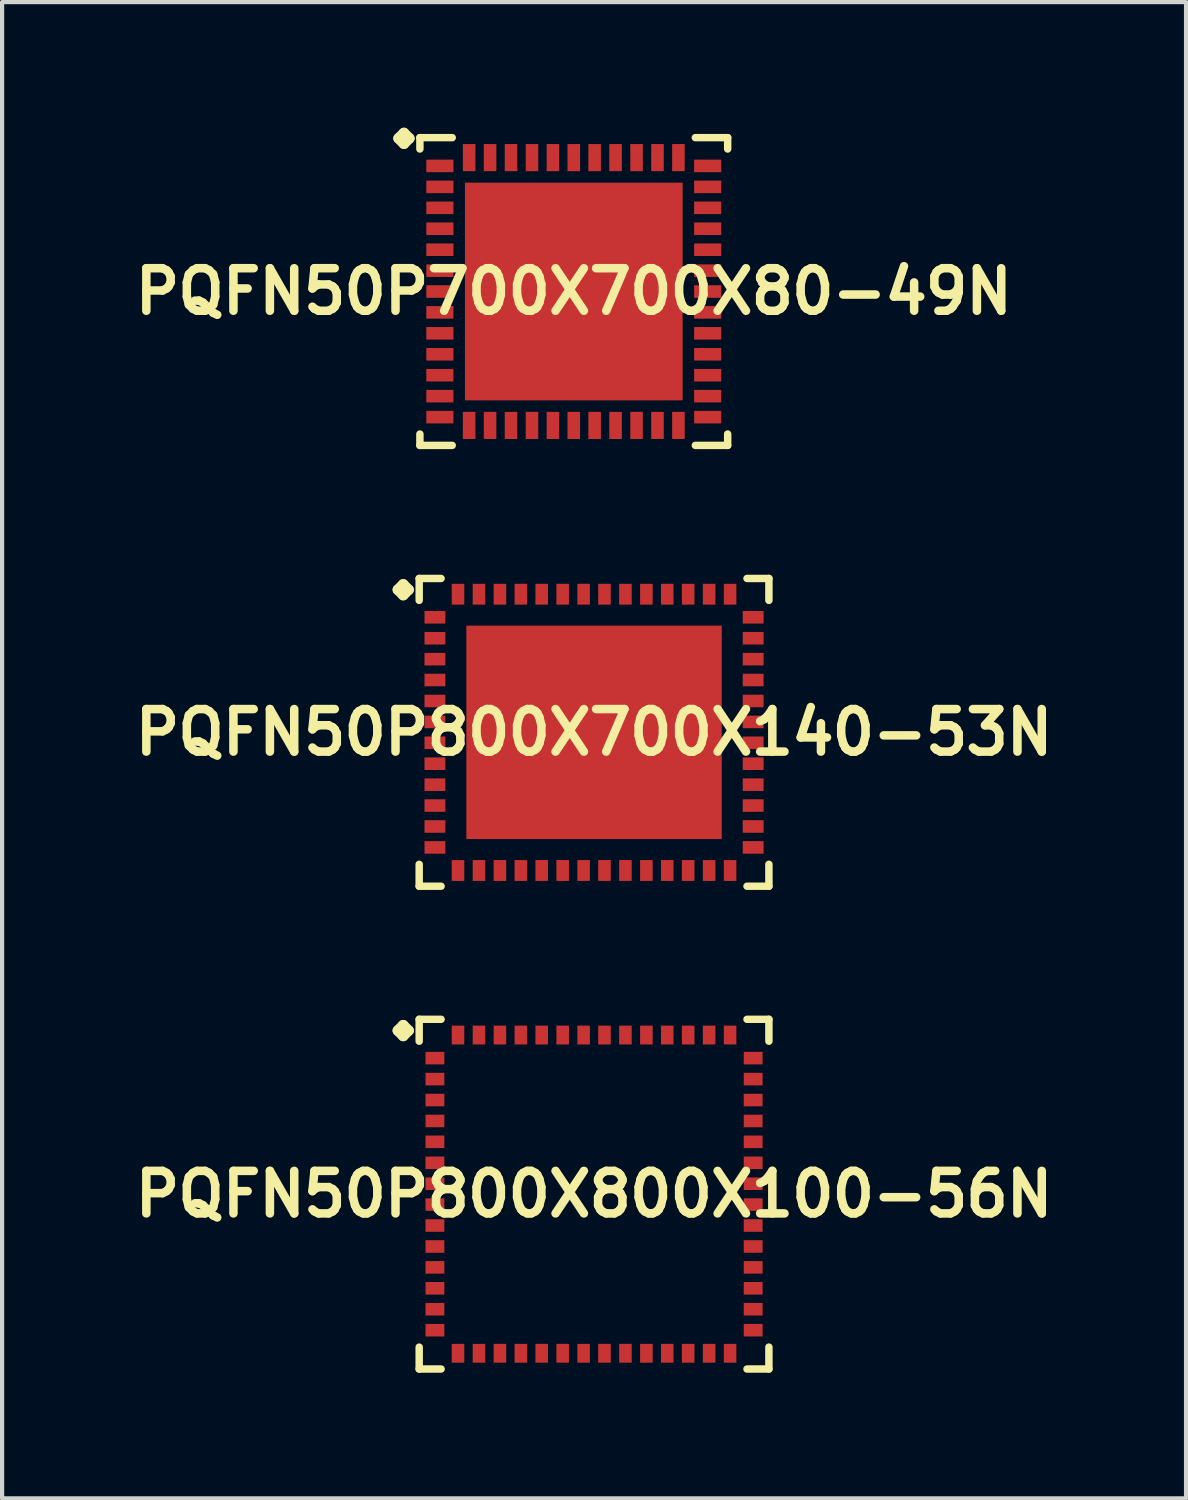
<source format=kicad_pcb>
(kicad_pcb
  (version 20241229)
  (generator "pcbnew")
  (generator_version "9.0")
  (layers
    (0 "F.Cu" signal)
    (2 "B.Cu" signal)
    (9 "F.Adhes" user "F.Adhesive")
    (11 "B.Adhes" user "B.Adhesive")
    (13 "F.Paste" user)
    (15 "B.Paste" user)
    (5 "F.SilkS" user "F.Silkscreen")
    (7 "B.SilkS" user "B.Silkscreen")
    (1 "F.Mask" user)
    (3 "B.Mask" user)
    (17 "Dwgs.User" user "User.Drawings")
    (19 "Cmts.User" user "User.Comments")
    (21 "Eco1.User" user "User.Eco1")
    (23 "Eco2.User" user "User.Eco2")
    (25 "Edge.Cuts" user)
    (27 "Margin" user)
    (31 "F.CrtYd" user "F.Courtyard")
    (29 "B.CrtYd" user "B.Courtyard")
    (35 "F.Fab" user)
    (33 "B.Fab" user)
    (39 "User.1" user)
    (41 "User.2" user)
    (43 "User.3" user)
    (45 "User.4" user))
  (footprint "PQFN50P800X700X140-53N"
    (layer "F.Cu")
    (at 11.137 14.44)
    (property "Reference" "PQFN50P800X700X140-53N" (at 0 0 0) (layer "F.SilkS") (effects (font (size 1.016 1.016) (thickness 0.203))))
    (attr smd)
    (fp_line (start -4.684 -3.406) (end -4.557 -3.533) (stroke (width 0.254) (type solid)) (layer "F.SilkS"))
    (fp_line (start -4.557 -3.533) (end -4.43 -3.406) (stroke (width 0.254) (type solid)) (layer "F.SilkS"))
    (fp_line (start -4.557 -3.279) (end -4.684 -3.406) (stroke (width 0.254) (type solid)) (layer "F.SilkS"))
    (fp_line (start -4.43 -3.406) (end -4.557 -3.279) (stroke (width 0.254) (type solid)) (layer "F.SilkS"))
    (fp_line (start -4.176 -3.675) (end -3.653 -3.675) (stroke (width 0.178) (type solid)) (layer "F.SilkS"))
    (fp_line (start -4.176 -3.152) (end -4.176 -3.675) (stroke (width 0.178) (type solid)) (layer "F.SilkS"))
    (fp_line (start -4.176 3.152) (end -4.176 3.675) (stroke (width 0.178) (type solid)) (layer "F.SilkS"))
    (fp_line (start -4.176 3.675) (end -3.653 3.675) (stroke (width 0.178) (type solid)) (layer "F.SilkS"))
    (fp_line (start 3.653 -3.675) (end 4.176 -3.675) (stroke (width 0.178) (type solid)) (layer "F.SilkS"))
    (fp_line (start 3.653 3.675) (end 4.176 3.675) (stroke (width 0.178) (type solid)) (layer "F.SilkS"))
    (fp_line (start 4.176 -3.675) (end 4.176 -3.152) (stroke (width 0.178) (type solid)) (layer "F.SilkS"))
    (fp_line (start 4.176 3.675) (end 4.176 3.152) (stroke (width 0.178) (type solid)) (layer "F.SilkS"))
    (pad "1" smd rect (at -3.8 -2.748) (size 0.498 0.3) (layers "F.Cu" "F.Mask" "F.Paste"))
    (pad "2" smd rect (at -3.8 -2.248) (size 0.498 0.3) (layers "F.Cu" "F.Mask" "F.Paste"))
    (pad "3" smd rect (at -3.8 -1.748) (size 0.498 0.3) (layers "F.Cu" "F.Mask" "F.Paste"))
    (pad "4" smd rect (at -3.8 -1.25) (size 0.498 0.3) (layers "F.Cu" "F.Mask" "F.Paste"))
    (pad "5" smd rect (at -3.8 -0.749) (size 0.498 0.3) (layers "F.Cu" "F.Mask" "F.Paste"))
    (pad "6" smd rect (at -3.8 -0.249) (size 0.498 0.3) (layers "F.Cu" "F.Mask" "F.Paste"))
    (pad "7" smd rect (at -3.8 0.249) (size 0.498 0.3) (layers "F.Cu" "F.Mask" "F.Paste"))
    (pad "8" smd rect (at -3.8 0.749) (size 0.498 0.3) (layers "F.Cu" "F.Mask" "F.Paste"))
    (pad "9" smd rect (at -3.8 1.25) (size 0.498 0.3) (layers "F.Cu" "F.Mask" "F.Paste"))
    (pad "10" smd rect (at -3.8 1.748) (size 0.498 0.3) (layers "F.Cu" "F.Mask" "F.Paste"))
    (pad "11" smd rect (at -3.8 2.248) (size 0.498 0.3) (layers "F.Cu" "F.Mask" "F.Paste"))
    (pad "12" smd rect (at -3.8 2.748) (size 0.498 0.3) (layers "F.Cu" "F.Mask" "F.Paste"))
    (pad "13" smd rect (at -3.249 3.299) (size 0.3 0.498) (layers "F.Cu" "F.Mask" "F.Paste"))
    (pad "14" smd rect (at -2.748 3.299) (size 0.3 0.498) (layers "F.Cu" "F.Mask" "F.Paste"))
    (pad "15" smd rect (at -2.248 3.299) (size 0.3 0.498) (layers "F.Cu" "F.Mask" "F.Paste"))
    (pad "16" smd rect (at -1.748 3.299) (size 0.3 0.498) (layers "F.Cu" "F.Mask" "F.Paste"))
    (pad "17" smd rect (at -1.25 3.299) (size 0.3 0.498) (layers "F.Cu" "F.Mask" "F.Paste"))
    (pad "18" smd rect (at -0.749 3.299) (size 0.3 0.498) (layers "F.Cu" "F.Mask" "F.Paste"))
    (pad "19" smd rect (at -0.249 3.299) (size 0.3 0.498) (layers "F.Cu" "F.Mask" "F.Paste"))
    (pad "20" smd rect (at 0.249 3.299) (size 0.3 0.498) (layers "F.Cu" "F.Mask" "F.Paste"))
    (pad "21" smd rect (at 0.749 3.299) (size 0.3 0.498) (layers "F.Cu" "F.Mask" "F.Paste"))
    (pad "22" smd rect (at 1.25 3.299) (size 0.3 0.498) (layers "F.Cu" "F.Mask" "F.Paste"))
    (pad "23" smd rect (at 1.748 3.299) (size 0.3 0.498) (layers "F.Cu" "F.Mask" "F.Paste"))
    (pad "24" smd rect (at 2.248 3.299) (size 0.3 0.498) (layers "F.Cu" "F.Mask" "F.Paste"))
    (pad "25" smd rect (at 2.748 3.299) (size 0.3 0.498) (layers "F.Cu" "F.Mask" "F.Paste"))
    (pad "26" smd rect (at 3.249 3.299) (size 0.3 0.498) (layers "F.Cu" "F.Mask" "F.Paste"))
    (pad "27" smd rect (at 3.8 2.748) (size 0.498 0.3) (layers "F.Cu" "F.Mask" "F.Paste"))
    (pad "28" smd rect (at 3.8 2.248) (size 0.498 0.3) (layers "F.Cu" "F.Mask" "F.Paste"))
    (pad "29" smd rect (at 3.8 1.748) (size 0.498 0.3) (layers "F.Cu" "F.Mask" "F.Paste"))
    (pad "30" smd rect (at 3.8 1.25) (size 0.498 0.3) (layers "F.Cu" "F.Mask" "F.Paste"))
    (pad "31" smd rect (at 3.8 0.749) (size 0.498 0.3) (layers "F.Cu" "F.Mask" "F.Paste"))
    (pad "32" smd rect (at 3.8 0.249) (size 0.498 0.3) (layers "F.Cu" "F.Mask" "F.Paste"))
    (pad "33" smd rect (at 3.8 -0.249) (size 0.498 0.3) (layers "F.Cu" "F.Mask" "F.Paste"))
    (pad "34" smd rect (at 3.8 -0.749) (size 0.498 0.3) (layers "F.Cu" "F.Mask" "F.Paste"))
    (pad "35" smd rect (at 3.8 -1.25) (size 0.498 0.3) (layers "F.Cu" "F.Mask" "F.Paste"))
    (pad "36" smd rect (at 3.8 -1.748) (size 0.498 0.3) (layers "F.Cu" "F.Mask" "F.Paste"))
    (pad "37" smd rect (at 3.8 -2.248) (size 0.498 0.3) (layers "F.Cu" "F.Mask" "F.Paste"))
    (pad "38" smd rect (at 3.8 -2.748) (size 0.498 0.3) (layers "F.Cu" "F.Mask" "F.Paste"))
    (pad "39" smd rect (at 3.249 -3.299) (size 0.3 0.498) (layers "F.Cu" "F.Mask" "F.Paste"))
    (pad "40" smd rect (at 2.748 -3.299) (size 0.3 0.498) (layers "F.Cu" "F.Mask" "F.Paste"))
    (pad "41" smd rect (at 2.248 -3.299) (size 0.3 0.498) (layers "F.Cu" "F.Mask" "F.Paste"))
    (pad "42" smd rect (at 1.748 -3.299) (size 0.3 0.498) (layers "F.Cu" "F.Mask" "F.Paste"))
    (pad "43" smd rect (at 1.25 -3.299) (size 0.3 0.498) (layers "F.Cu" "F.Mask" "F.Paste"))
    (pad "44" smd rect (at 0.749 -3.299) (size 0.3 0.498) (layers "F.Cu" "F.Mask" "F.Paste"))
    (pad "45" smd rect (at 0.249 -3.299) (size 0.3 0.498) (layers "F.Cu" "F.Mask" "F.Paste"))
    (pad "46" smd rect (at -0.249 -3.299) (size 0.3 0.498) (layers "F.Cu" "F.Mask" "F.Paste"))
    (pad "47" smd rect (at -0.749 -3.299) (size 0.3 0.498) (layers "F.Cu" "F.Mask" "F.Paste"))
    (pad "48" smd rect (at -1.25 -3.299) (size 0.3 0.498) (layers "F.Cu" "F.Mask" "F.Paste"))
    (pad "49" smd rect (at -1.748 -3.299) (size 0.3 0.498) (layers "F.Cu" "F.Mask" "F.Paste"))
    (pad "50" smd rect (at -2.248 -3.299) (size 0.3 0.498) (layers "F.Cu" "F.Mask" "F.Paste"))
    (pad "51" smd rect (at -2.748 -3.299) (size 0.3 0.498) (layers "F.Cu" "F.Mask" "F.Paste"))
    (pad "52" smd rect (at -3.249 -3.299) (size 0.3 0.498) (layers "F.Cu" "F.Mask" "F.Paste"))
    (pad "53" smd rect (at 0 0) (size 6.099 5.098) (layers "F.Cu" "F.Mask" "F.Paste")))
  (footprint "PQFN50P700X700X80-49N"
    (layer "F.Cu")
    (at 10.653 3.912)
    (property "Reference" "PQFN50P700X700X80-49N" (at 0 0 0) (layer "F.SilkS") (effects (font (size 1.016 1.016) (thickness 0.203))))
    (attr smd)
    (fp_line (start -4.183 -3.658) (end -4.056 -3.785) (stroke (width 0.254) (type solid)) (layer "F.SilkS"))
    (fp_line (start -4.056 -3.785) (end -3.929 -3.658) (stroke (width 0.254) (type solid)) (layer "F.SilkS"))
    (fp_line (start -4.056 -3.531) (end -4.183 -3.658) (stroke (width 0.254) (type solid)) (layer "F.SilkS"))
    (fp_line (start -3.929 -3.658) (end -4.056 -3.531) (stroke (width 0.254) (type solid)) (layer "F.SilkS"))
    (fp_line (start -3.675 -3.675) (end -2.903 -3.675) (stroke (width 0.178) (type solid)) (layer "F.SilkS"))
    (fp_line (start -3.675 -3.404) (end -3.675 -3.675) (stroke (width 0.178) (type solid)) (layer "F.SilkS"))
    (fp_line (start -3.675 3.404) (end -3.675 3.675) (stroke (width 0.178) (type solid)) (layer "F.SilkS"))
    (fp_line (start -3.675 3.675) (end -2.903 3.675) (stroke (width 0.178) (type solid)) (layer "F.SilkS"))
    (fp_line (start 2.903 -3.675) (end 3.675 -3.675) (stroke (width 0.178) (type solid)) (layer "F.SilkS"))
    (fp_line (start 2.903 3.675) (end 3.675 3.675) (stroke (width 0.178) (type solid)) (layer "F.SilkS"))
    (fp_line (start 3.675 -3.675) (end 3.675 -3.404) (stroke (width 0.178) (type solid)) (layer "F.SilkS"))
    (fp_line (start 3.675 3.675) (end 3.675 3.404) (stroke (width 0.178) (type solid)) (layer "F.SilkS"))
    (pad "1" smd rect (at -3.198 -3) (size 0.648 0.3) (layers "F.Cu" "F.Mask" "F.Paste"))
    (pad "2" smd rect (at -3.198 -2.499) (size 0.648 0.3) (layers "F.Cu" "F.Mask" "F.Paste"))
    (pad "3" smd rect (at -3.198 -1.999) (size 0.648 0.3) (layers "F.Cu" "F.Mask" "F.Paste"))
    (pad "4" smd rect (at -3.198 -1.499) (size 0.648 0.3) (layers "F.Cu" "F.Mask" "F.Paste"))
    (pad "5" smd rect (at -3.198 -0.998) (size 0.648 0.3) (layers "F.Cu" "F.Mask" "F.Paste"))
    (pad "6" smd rect (at -3.198 -0.498) (size 0.648 0.3) (layers "F.Cu" "F.Mask" "F.Paste"))
    (pad "7" smd rect (at -3.198 0) (size 0.648 0.3) (layers "F.Cu" "F.Mask" "F.Paste"))
    (pad "8" smd rect (at -3.198 0.498) (size 0.648 0.3) (layers "F.Cu" "F.Mask" "F.Paste"))
    (pad "9" smd rect (at -3.198 0.998) (size 0.648 0.3) (layers "F.Cu" "F.Mask" "F.Paste"))
    (pad "10" smd rect (at -3.198 1.499) (size 0.648 0.3) (layers "F.Cu" "F.Mask" "F.Paste"))
    (pad "11" smd rect (at -3.198 1.999) (size 0.648 0.3) (layers "F.Cu" "F.Mask" "F.Paste"))
    (pad "12" smd rect (at -3.198 2.499) (size 0.648 0.3) (layers "F.Cu" "F.Mask" "F.Paste"))
    (pad "13" smd rect (at -3.198 3) (size 0.648 0.3) (layers "F.Cu" "F.Mask" "F.Paste"))
    (pad "14" smd rect (at -2.499 3.198) (size 0.3 0.648) (layers "F.Cu" "F.Mask" "F.Paste"))
    (pad "15" smd rect (at -1.999 3.198) (size 0.3 0.648) (layers "F.Cu" "F.Mask" "F.Paste"))
    (pad "16" smd rect (at -1.499 3.198) (size 0.3 0.648) (layers "F.Cu" "F.Mask" "F.Paste"))
    (pad "17" smd rect (at -0.998 3.198) (size 0.3 0.648) (layers "F.Cu" "F.Mask" "F.Paste"))
    (pad "18" smd rect (at -0.498 3.198) (size 0.3 0.648) (layers "F.Cu" "F.Mask" "F.Paste"))
    (pad "19" smd rect (at 0 3.198) (size 0.3 0.648) (layers "F.Cu" "F.Mask" "F.Paste"))
    (pad "20" smd rect (at 0.498 3.198) (size 0.3 0.648) (layers "F.Cu" "F.Mask" "F.Paste"))
    (pad "21" smd rect (at 0.998 3.198) (size 0.3 0.648) (layers "F.Cu" "F.Mask" "F.Paste"))
    (pad "22" smd rect (at 1.499 3.198) (size 0.3 0.648) (layers "F.Cu" "F.Mask" "F.Paste"))
    (pad "23" smd rect (at 1.999 3.198) (size 0.3 0.648) (layers "F.Cu" "F.Mask" "F.Paste"))
    (pad "24" smd rect (at 2.499 3.198) (size 0.3 0.648) (layers "F.Cu" "F.Mask" "F.Paste"))
    (pad "25" smd rect (at 3.198 3) (size 0.648 0.3) (layers "F.Cu" "F.Mask" "F.Paste"))
    (pad "26" smd rect (at 3.198 2.499) (size 0.648 0.3) (layers "F.Cu" "F.Mask" "F.Paste"))
    (pad "27" smd rect (at 3.198 1.999) (size 0.648 0.3) (layers "F.Cu" "F.Mask" "F.Paste"))
    (pad "28" smd rect (at 3.198 1.499) (size 0.648 0.3) (layers "F.Cu" "F.Mask" "F.Paste"))
    (pad "29" smd rect (at 3.198 0.998) (size 0.648 0.3) (layers "F.Cu" "F.Mask" "F.Paste"))
    (pad "30" smd rect (at 3.198 0.498) (size 0.648 0.3) (layers "F.Cu" "F.Mask" "F.Paste"))
    (pad "31" smd rect (at 3.198 0) (size 0.648 0.3) (layers "F.Cu" "F.Mask" "F.Paste"))
    (pad "32" smd rect (at 3.198 -0.498) (size 0.648 0.3) (layers "F.Cu" "F.Mask" "F.Paste"))
    (pad "33" smd rect (at 3.198 -0.998) (size 0.648 0.3) (layers "F.Cu" "F.Mask" "F.Paste"))
    (pad "34" smd rect (at 3.198 -1.499) (size 0.648 0.3) (layers "F.Cu" "F.Mask" "F.Paste"))
    (pad "35" smd rect (at 3.198 -1.999) (size 0.648 0.3) (layers "F.Cu" "F.Mask" "F.Paste"))
    (pad "36" smd rect (at 3.198 -2.499) (size 0.648 0.3) (layers "F.Cu" "F.Mask" "F.Paste"))
    (pad "37" smd rect (at 3.198 -3) (size 0.648 0.3) (layers "F.Cu" "F.Mask" "F.Paste"))
    (pad "38" smd rect (at 2.499 -3.198) (size 0.3 0.648) (layers "F.Cu" "F.Mask" "F.Paste"))
    (pad "39" smd rect (at 1.999 -3.198) (size 0.3 0.648) (layers "F.Cu" "F.Mask" "F.Paste"))
    (pad "40" smd rect (at 1.499 -3.198) (size 0.3 0.648) (layers "F.Cu" "F.Mask" "F.Paste"))
    (pad "41" smd rect (at 0.998 -3.198) (size 0.3 0.648) (layers "F.Cu" "F.Mask" "F.Paste"))
    (pad "42" smd rect (at 0.498 -3.198) (size 0.3 0.648) (layers "F.Cu" "F.Mask" "F.Paste"))
    (pad "43" smd rect (at 0 -3.198) (size 0.3 0.648) (layers "F.Cu" "F.Mask" "F.Paste"))
    (pad "44" smd rect (at -0.498 -3.198) (size 0.3 0.648) (layers "F.Cu" "F.Mask" "F.Paste"))
    (pad "45" smd rect (at -0.998 -3.198) (size 0.3 0.648) (layers "F.Cu" "F.Mask" "F.Paste"))
    (pad "46" smd rect (at -1.499 -3.198) (size 0.3 0.648) (layers "F.Cu" "F.Mask" "F.Paste"))
    (pad "47" smd rect (at -1.999 -3.198) (size 0.3 0.648) (layers "F.Cu" "F.Mask" "F.Paste"))
    (pad "48" smd rect (at -2.499 -3.198) (size 0.3 0.648) (layers "F.Cu" "F.Mask" "F.Paste"))
    (pad "49" smd rect (at 0 0) (size 5.199 5.199) (layers "F.Cu" "F.Mask" "F.Paste")))
  (footprint "PQFN50P800X800X100-56N"
    (layer "F.Cu")
    (at 11.137 25.469)
    (property "Reference" "PQFN50P800X800X100-56N" (at 0 0 0) (layer "F.SilkS") (effects (font (size 1.016 1.016) (thickness 0.203))))
    (attr smd)
    (fp_line (start -4.684 -3.907) (end -4.557 -4.034) (stroke (width 0.254) (type solid)) (layer "F.SilkS"))
    (fp_line (start -4.557 -4.034) (end -4.43 -3.907) (stroke (width 0.254) (type solid)) (layer "F.SilkS"))
    (fp_line (start -4.557 -3.78) (end -4.684 -3.907) (stroke (width 0.254) (type solid)) (layer "F.SilkS"))
    (fp_line (start -4.43 -3.907) (end -4.557 -3.78) (stroke (width 0.254) (type solid)) (layer "F.SilkS"))
    (fp_line (start -4.176 -4.176) (end -3.653 -4.176) (stroke (width 0.178) (type solid)) (layer "F.SilkS"))
    (fp_line (start -4.176 -3.653) (end -4.176 -4.176) (stroke (width 0.178) (type solid)) (layer "F.SilkS"))
    (fp_line (start -4.176 3.653) (end -4.176 4.176) (stroke (width 0.178) (type solid)) (layer "F.SilkS"))
    (fp_line (start -4.176 4.176) (end -3.653 4.176) (stroke (width 0.178) (type solid)) (layer "F.SilkS"))
    (fp_line (start 3.653 -4.176) (end 4.176 -4.176) (stroke (width 0.178) (type solid)) (layer "F.SilkS"))
    (fp_line (start 3.653 4.176) (end 4.176 4.176) (stroke (width 0.178) (type solid)) (layer "F.SilkS"))
    (fp_line (start 4.176 -4.176) (end 4.176 -3.653) (stroke (width 0.178) (type solid)) (layer "F.SilkS"))
    (fp_line (start 4.176 4.176) (end 4.176 3.653) (stroke (width 0.178) (type solid)) (layer "F.SilkS"))
    (pad "1" smd rect (at -3.8 -3.249) (size 0.45 0.3) (layers "F.Cu" "F.Mask" "F.Paste"))
    (pad "2" smd rect (at -3.8 -2.748) (size 0.45 0.3) (layers "F.Cu" "F.Mask" "F.Paste"))
    (pad "3" smd rect (at -3.8 -2.248) (size 0.45 0.3) (layers "F.Cu" "F.Mask" "F.Paste"))
    (pad "4" smd rect (at -3.8 -1.748) (size 0.45 0.3) (layers "F.Cu" "F.Mask" "F.Paste"))
    (pad "5" smd rect (at -3.8 -1.25) (size 0.45 0.3) (layers "F.Cu" "F.Mask" "F.Paste"))
    (pad "6" smd rect (at -3.8 -0.749) (size 0.45 0.3) (layers "F.Cu" "F.Mask" "F.Paste"))
    (pad "7" smd rect (at -3.8 -0.249) (size 0.45 0.3) (layers "F.Cu" "F.Mask" "F.Paste"))
    (pad "8" smd rect (at -3.8 0.249) (size 0.45 0.3) (layers "F.Cu" "F.Mask" "F.Paste"))
    (pad "9" smd rect (at -3.8 0.749) (size 0.45 0.3) (layers "F.Cu" "F.Mask" "F.Paste"))
    (pad "10" smd rect (at -3.8 1.25) (size 0.45 0.3) (layers "F.Cu" "F.Mask" "F.Paste"))
    (pad "11" smd rect (at -3.8 1.748) (size 0.45 0.3) (layers "F.Cu" "F.Mask" "F.Paste"))
    (pad "12" smd rect (at -3.8 2.248) (size 0.45 0.3) (layers "F.Cu" "F.Mask" "F.Paste"))
    (pad "13" smd rect (at -3.8 2.748) (size 0.45 0.3) (layers "F.Cu" "F.Mask" "F.Paste"))
    (pad "14" smd rect (at -3.8 3.249) (size 0.45 0.3) (layers "F.Cu" "F.Mask" "F.Paste"))
    (pad "15" smd rect (at -3.249 3.8) (size 0.3 0.45) (layers "F.Cu" "F.Mask" "F.Paste"))
    (pad "16" smd rect (at -2.748 3.8) (size 0.3 0.45) (layers "F.Cu" "F.Mask" "F.Paste"))
    (pad "17" smd rect (at -2.248 3.8) (size 0.3 0.45) (layers "F.Cu" "F.Mask" "F.Paste"))
    (pad "18" smd rect (at -1.748 3.8) (size 0.3 0.45) (layers "F.Cu" "F.Mask" "F.Paste"))
    (pad "19" smd rect (at -1.25 3.8) (size 0.3 0.45) (layers "F.Cu" "F.Mask" "F.Paste"))
    (pad "20" smd rect (at -0.749 3.8) (size 0.3 0.45) (layers "F.Cu" "F.Mask" "F.Paste"))
    (pad "21" smd rect (at -0.249 3.8) (size 0.3 0.45) (layers "F.Cu" "F.Mask" "F.Paste"))
    (pad "22" smd rect (at 0.249 3.8) (size 0.3 0.45) (layers "F.Cu" "F.Mask" "F.Paste"))
    (pad "23" smd rect (at 0.749 3.8) (size 0.3 0.45) (layers "F.Cu" "F.Mask" "F.Paste"))
    (pad "24" smd rect (at 1.25 3.8) (size 0.3 0.45) (layers "F.Cu" "F.Mask" "F.Paste"))
    (pad "25" smd rect (at 1.748 3.8) (size 0.3 0.45) (layers "F.Cu" "F.Mask" "F.Paste"))
    (pad "26" smd rect (at 2.248 3.8) (size 0.3 0.45) (layers "F.Cu" "F.Mask" "F.Paste"))
    (pad "27" smd rect (at 2.748 3.8) (size 0.3 0.45) (layers "F.Cu" "F.Mask" "F.Paste"))
    (pad "28" smd rect (at 3.249 3.8) (size 0.3 0.45) (layers "F.Cu" "F.Mask" "F.Paste"))
    (pad "29" smd rect (at 3.8 3.249) (size 0.45 0.3) (layers "F.Cu" "F.Mask" "F.Paste"))
    (pad "30" smd rect (at 3.8 2.748) (size 0.45 0.3) (layers "F.Cu" "F.Mask" "F.Paste"))
    (pad "31" smd rect (at 3.8 2.248) (size 0.45 0.3) (layers "F.Cu" "F.Mask" "F.Paste"))
    (pad "32" smd rect (at 3.8 1.748) (size 0.45 0.3) (layers "F.Cu" "F.Mask" "F.Paste"))
    (pad "33" smd rect (at 3.8 1.25) (size 0.45 0.3) (layers "F.Cu" "F.Mask" "F.Paste"))
    (pad "34" smd rect (at 3.8 0.749) (size 0.45 0.3) (layers "F.Cu" "F.Mask" "F.Paste"))
    (pad "35" smd rect (at 3.8 0.249) (size 0.45 0.3) (layers "F.Cu" "F.Mask" "F.Paste"))
    (pad "36" smd rect (at 3.8 -0.249) (size 0.45 0.3) (layers "F.Cu" "F.Mask" "F.Paste"))
    (pad "37" smd rect (at 3.8 -0.749) (size 0.45 0.3) (layers "F.Cu" "F.Mask" "F.Paste"))
    (pad "38" smd rect (at 3.8 -1.25) (size 0.45 0.3) (layers "F.Cu" "F.Mask" "F.Paste"))
    (pad "39" smd rect (at 3.8 -1.748) (size 0.45 0.3) (layers "F.Cu" "F.Mask" "F.Paste"))
    (pad "40" smd rect (at 3.8 -2.248) (size 0.45 0.3) (layers "F.Cu" "F.Mask" "F.Paste"))
    (pad "41" smd rect (at 3.8 -2.748) (size 0.45 0.3) (layers "F.Cu" "F.Mask" "F.Paste"))
    (pad "42" smd rect (at 3.8 -3.249) (size 0.45 0.3) (layers "F.Cu" "F.Mask" "F.Paste"))
    (pad "43" smd rect (at 3.249 -3.8) (size 0.3 0.45) (layers "F.Cu" "F.Mask" "F.Paste"))
    (pad "44" smd rect (at 2.748 -3.8) (size 0.3 0.45) (layers "F.Cu" "F.Mask" "F.Paste"))
    (pad "45" smd rect (at 2.248 -3.8) (size 0.3 0.45) (layers "F.Cu" "F.Mask" "F.Paste"))
    (pad "46" smd rect (at 1.748 -3.8) (size 0.3 0.45) (layers "F.Cu" "F.Mask" "F.Paste"))
    (pad "47" smd rect (at 1.25 -3.8) (size 0.3 0.45) (layers "F.Cu" "F.Mask" "F.Paste"))
    (pad "48" smd rect (at 0.749 -3.8) (size 0.3 0.45) (layers "F.Cu" "F.Mask" "F.Paste"))
    (pad "49" smd rect (at 0.249 -3.8) (size 0.3 0.45) (layers "F.Cu" "F.Mask" "F.Paste"))
    (pad "50" smd rect (at -0.249 -3.8) (size 0.3 0.45) (layers "F.Cu" "F.Mask" "F.Paste"))
    (pad "51" smd rect (at -0.749 -3.8) (size 0.3 0.45) (layers "F.Cu" "F.Mask" "F.Paste"))
    (pad "52" smd rect (at -1.25 -3.8) (size 0.3 0.45) (layers "F.Cu" "F.Mask" "F.Paste"))
    (pad "53" smd rect (at -1.748 -3.8) (size 0.3 0.45) (layers "F.Cu" "F.Mask" "F.Paste"))
    (pad "54" smd rect (at -2.248 -3.8) (size 0.3 0.45) (layers "F.Cu" "F.Mask" "F.Paste"))
    (pad "55" smd rect (at -2.748 -3.8) (size 0.3 0.45) (layers "F.Cu" "F.Mask" "F.Paste"))
    (pad "56" smd rect (at -3.249 -3.8) (size 0.3 0.45) (layers "F.Cu" "F.Mask" "F.Paste")))
  (gr_rect
    (start -3 -3)
    (end 25.275 32.734)
    (stroke (width 0.1) (type default))
    (fill no)
    (layer "Edge.Cuts")))
</source>
